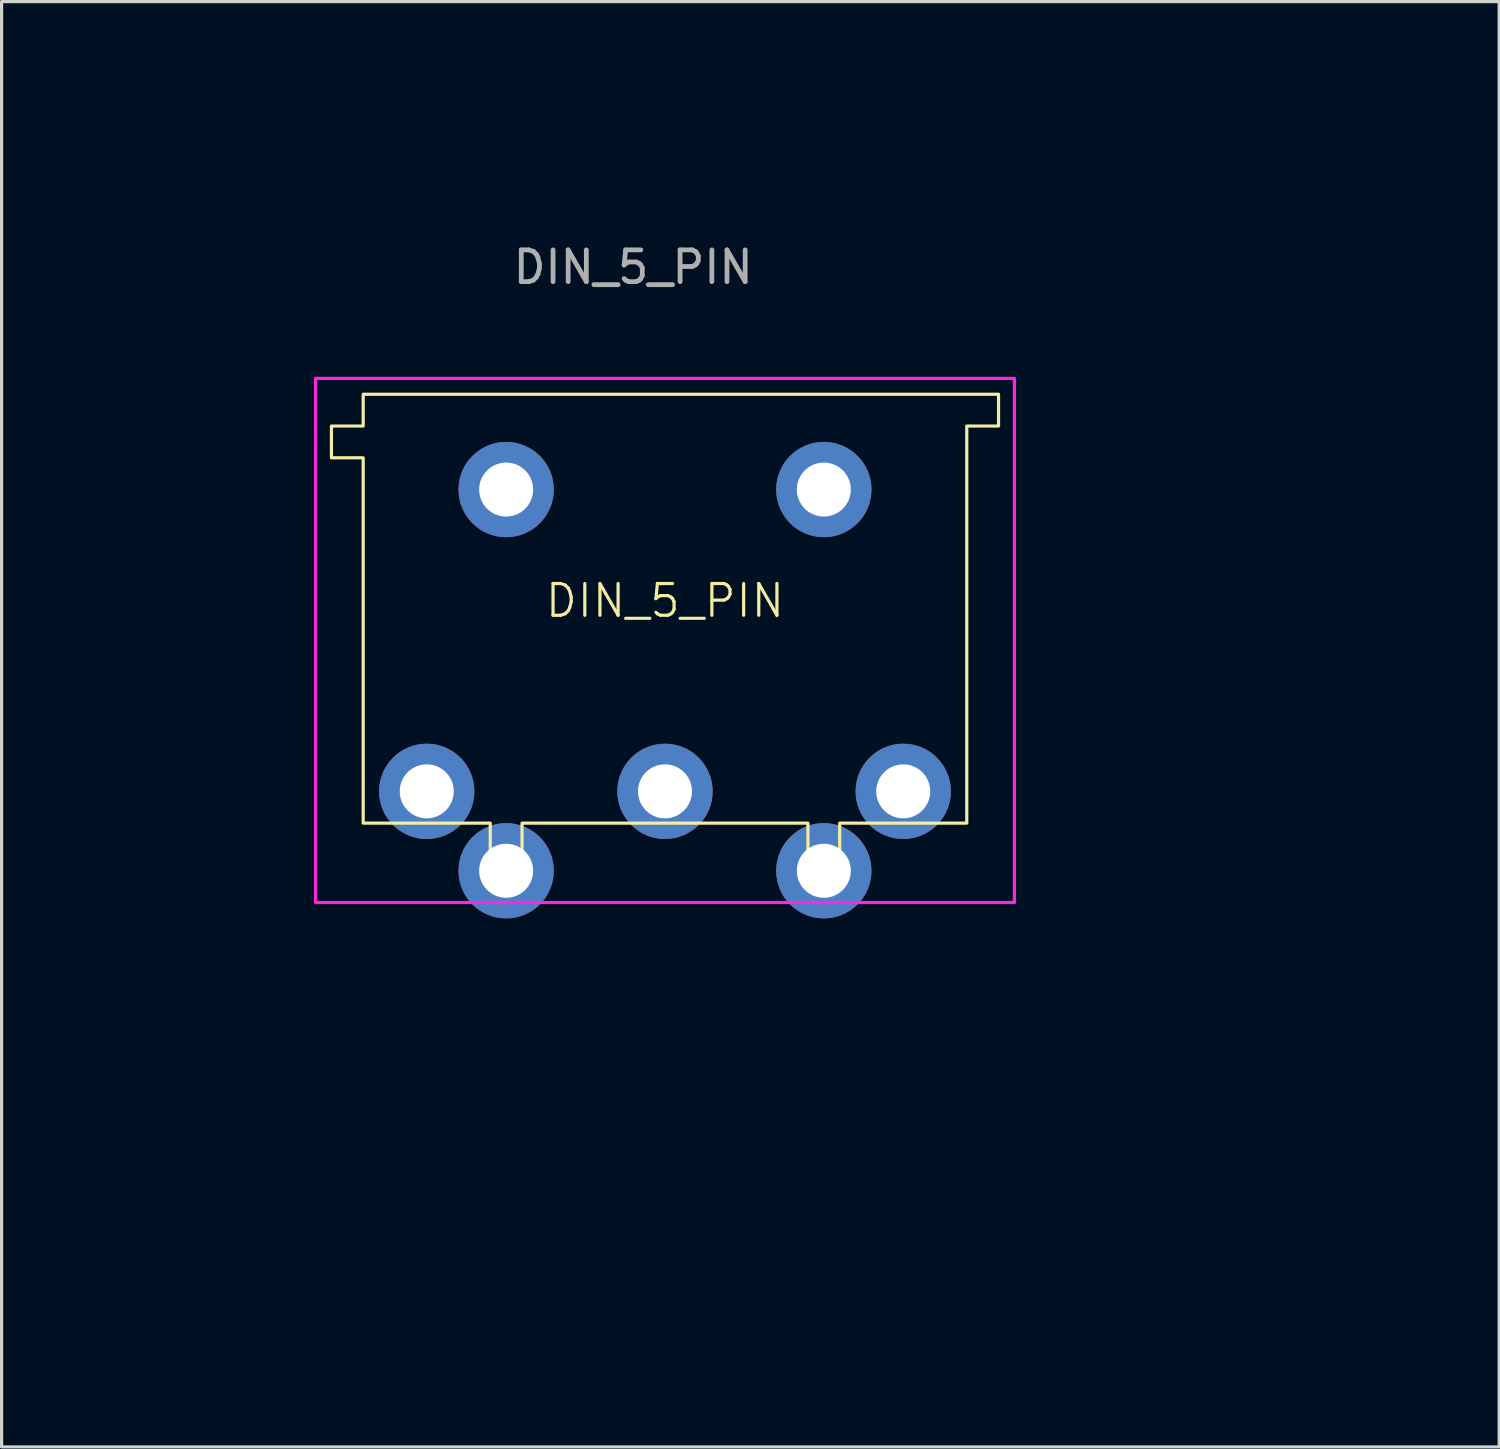
<source format=kicad_pcb>
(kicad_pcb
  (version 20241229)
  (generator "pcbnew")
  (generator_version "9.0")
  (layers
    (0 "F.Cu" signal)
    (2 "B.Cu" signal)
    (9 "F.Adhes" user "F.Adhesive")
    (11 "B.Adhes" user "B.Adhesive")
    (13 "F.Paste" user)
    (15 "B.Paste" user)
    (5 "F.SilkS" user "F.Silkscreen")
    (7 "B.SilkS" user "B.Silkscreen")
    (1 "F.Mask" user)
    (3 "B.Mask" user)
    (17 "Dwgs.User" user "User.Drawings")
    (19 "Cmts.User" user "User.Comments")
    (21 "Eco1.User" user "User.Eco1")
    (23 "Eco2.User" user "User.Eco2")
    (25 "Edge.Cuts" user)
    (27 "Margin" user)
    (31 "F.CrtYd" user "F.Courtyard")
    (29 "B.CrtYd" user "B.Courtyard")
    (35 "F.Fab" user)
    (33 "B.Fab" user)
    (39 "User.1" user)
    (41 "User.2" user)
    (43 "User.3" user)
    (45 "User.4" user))
  (footprint "DIN_5_PIN"
    (layer "F.Cu")
    (at 17.883 15.861)
    (property "Reference" "DIN_5_PIN" (at 0 0 0) (unlocked yes) (layer "F.SilkS") (effects (font (size 1 1) (thickness 0.1))))
    (attr through_hole)
    (fp_poly (pts (xy -10.5 -5.5) (xy -9.5 -5.5) (xy -9.5 -6.5) (xy 9.5 -6.5) (xy 10.5 -6.5) (xy 10.5 -5.5) (xy 9.5 -5.5) (xy 9.5 7) (xy 5.5 7) (xy 5.5 9) (xy 4.5 9) (xy 4.5 7) (xy -4.5 7) (xy -4.5 9) (xy -5.5 9) (xy -5.5 7) (xy -9.5 7) (xy -9.5 -2) (xy -9.5 -4.5) (xy -10.5 -4.5)) (stroke (width 0.1) (type solid)) (fill no) (layer "F.SilkS"))
    (fp_rect (start -11 -7) (end 11 9.5) (stroke (width 0.1) (type solid)) (fill no) (layer "F.CrtYd"))
    (fp_text user "${REFERENCE}" (at -1 -10.5 0) (unlocked yes) (layer "F.Fab") (effects (font (size 1 1) (thickness 0.15))))
    (dimension (type aligned) (layer "User.1") (pts (xy 22.883 12.361) (xy 12.883 12.361)) (height 10.5) (format (prefix "") (suffix "") (units 3) (units_format 1) (precision 4)) (style (thickness 0.1) (arrow_length 1.27) (text_position_mode 0) (arrow_direction outward) (extension_height 0.586) (extension_offset 0.5) (keep_text_aligned yes)) (gr_text "10.0000 mm" (at 17.883 0.76 0) (layer "User.1") (effects (font (size 1 1) (thickness 0.1)))))
    (dimension (type aligned) (layer "User.1") (pts (xy 10.383 21.86) (xy 25.383 21.86)) (height 17) (format (prefix "") (suffix "") (units 3) (units_format 1) (precision 4)) (style (thickness 0.1) (arrow_length 1.27) (text_position_mode 2) (arrow_direction outward) (extension_height 0.586) (extension_offset 0.5) (keep_text_aligned yes)) (gr_text "15.0000 mm" (at 17.883 35.861 0) (layer "User.1") (effects (font (size 1 1) (thickness 0.1)))))
    (dimension (type aligned) (layer "User.1") (pts (xy 25.883 21.86) (xy 25.883 9.361)) (height 7.5) (format (prefix "") (suffix "") (units 3) (units_format 1) (precision 4)) (style (thickness 0.1) (arrow_length 1.27) (text_position_mode 0) (arrow_direction outward) (extension_height 0.586) (extension_offset 0.5) (keep_text_aligned yes)) (gr_text "12.5000 mm" (at 32.283 15.611 90) (layer "User.1") (effects (font (size 1 1) (thickness 0.1)))))
    (dimension (type aligned) (layer "User.1") (pts (xy 22.883 24.36) (xy 12.883 24.36)) (height -7.5) (format (prefix "") (suffix "") (units 3) (units_format 1) (precision 4)) (style (thickness 0.1) (arrow_length 1.27) (text_position_mode 2) (arrow_direction outward) (extension_height 0.586) (extension_offset 0.5) (keep_text_aligned yes)) (gr_text "10.0000 mm" (at 17.883 30.761 0) (layer "User.1") (effects (font (size 1 1) (thickness 0.1)))))
    (dimension (type aligned) (layer "User.1") (pts (xy 13.883 9.361) (xy 13.883 12.361)) (height 7.5) (format (prefix "") (suffix "") (units 3) (units_format 1) (precision 4)) (style (thickness 0.1) (arrow_length 1.27) (text_position_mode 2) (arrow_direction outward) (extension_height 0.586) (extension_offset 0.5) (keep_text_aligned yes)) (gr_text "3.0000 mm" (at 4.383 11.361 90) (layer "User.1") (effects (font (size 1 1) (thickness 0.1)))))
    (dimension (type aligned) (layer "User.1") (pts (xy 23.383 24.36) (xy 23.383 9.361)) (height 14) (format (prefix "") (suffix "") (units 3) (units_format 1) (precision 4)) (style (thickness 0.1) (arrow_length 1.27) (text_position_mode 0) (arrow_direction outward) (extension_height 0.586) (extension_offset 0.5) (keep_text_aligned yes)) (gr_text "15.0000 mm" (at 36.283 16.86 90) (layer "User.1") (effects (font (size 1 1) (thickness 0.1)))))
    (pad "1" thru_hole circle (at -7.5 6) (size 3 3) (drill 1.7) (layers "*.Cu" "*.Mask"))
    (pad "2" thru_hole circle (at 0 6) (size 3 3) (drill 1.7) (layers "*.Cu" "*.Mask"))
    (pad "3" thru_hole circle (at 7.5 6) (size 3 3) (drill 1.7) (layers "*.Cu" "*.Mask"))
    (pad "4" thru_hole circle (at -5 8.5) (size 3 3) (drill 1.7) (layers "*.Cu" "*.Mask"))
    (pad "5" thru_hole circle (at 5 8.5) (size 3 3) (drill 1.7) (layers "*.Cu" "*.Mask"))
    (pad "6" thru_hole circle (at -5 -3.5) (size 3 3) (drill 1.7) (layers "*.Cu" "*.Mask"))
    (pad "7" thru_hole circle (at 5 -3.5) (size 3 3) (drill 1.7) (layers "*.Cu" "*.Mask")))
  (gr_rect
    (start -3 -3)
    (end 44.143 42.497)
    (stroke (width 0.1) (type default))
    (fill no)
    (layer "Edge.Cuts")))
</source>
